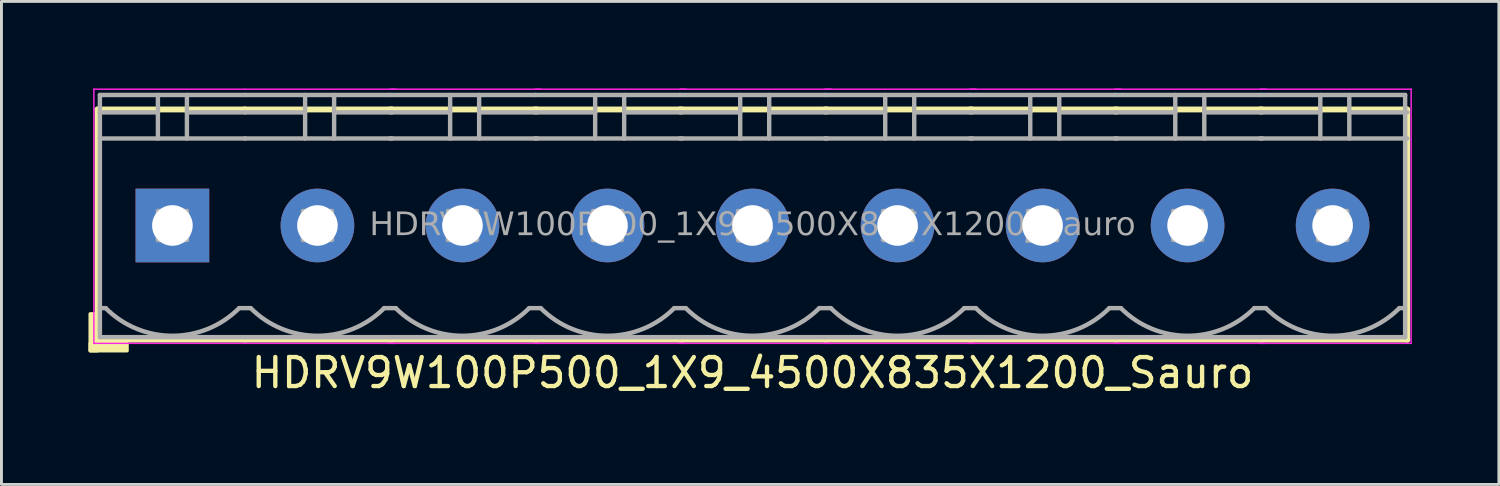
<source format=kicad_pcb>
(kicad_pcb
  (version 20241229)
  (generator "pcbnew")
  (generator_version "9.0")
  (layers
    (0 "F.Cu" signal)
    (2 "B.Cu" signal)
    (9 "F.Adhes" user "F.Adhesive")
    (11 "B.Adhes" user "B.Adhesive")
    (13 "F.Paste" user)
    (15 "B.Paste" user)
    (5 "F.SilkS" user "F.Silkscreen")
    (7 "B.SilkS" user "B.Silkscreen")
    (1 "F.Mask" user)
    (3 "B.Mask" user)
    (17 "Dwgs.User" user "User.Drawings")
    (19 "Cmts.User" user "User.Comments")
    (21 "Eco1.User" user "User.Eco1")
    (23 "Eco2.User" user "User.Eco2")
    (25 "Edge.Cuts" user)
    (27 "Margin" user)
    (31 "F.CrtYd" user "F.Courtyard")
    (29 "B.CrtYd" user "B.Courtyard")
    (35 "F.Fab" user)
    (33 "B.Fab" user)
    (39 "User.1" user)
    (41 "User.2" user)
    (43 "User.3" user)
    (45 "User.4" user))
  (footprint "HDRV9W100P500_1X9_4500X835X1200_Sauro"
    (layer "F.Cu")
    (at 22.894 4.724)
    (property "Reference" "HDRV9W100P500_1X9_4500X835X1200_Sauro" (at 0 5.08 0) (layer "F.SilkS") (effects (font (size 1 1) (thickness 0.15))))
    (attr through_hole)
    (fp_line (start -22.58 -4) (end -22.58 3.937) (stroke (width 0.203) (type solid)) (layer "F.SilkS"))
    (fp_line (start -22.58 3.937) (end -17.5 3.937) (stroke (width 0.203) (type solid)) (layer "F.SilkS"))
    (fp_line (start -17.505 -4) (end -22.58 -4) (stroke (width 0.203) (type solid)) (layer "F.SilkS"))
    (fp_line (start -17.5 3.937) (end -12.42 3.937) (stroke (width 0.203) (type solid)) (layer "F.SilkS"))
    (fp_line (start -12.5 3.937) (end -7.42 3.937) (stroke (width 0.203) (type solid)) (layer "F.SilkS"))
    (fp_line (start -12.43 -4) (end -17.505 -4) (stroke (width 0.203) (type solid)) (layer "F.SilkS"))
    (fp_line (start -7.5 3.937) (end -2.42 3.937) (stroke (width 0.203) (type solid)) (layer "F.SilkS"))
    (fp_line (start -7.43 -4) (end -12.505 -4) (stroke (width 0.203) (type solid)) (layer "F.SilkS"))
    (fp_line (start -2.5 3.937) (end 2.58 3.937) (stroke (width 0.203) (type solid)) (layer "F.SilkS"))
    (fp_line (start -2.43 -4) (end -7.505 -4) (stroke (width 0.203) (type solid)) (layer "F.SilkS"))
    (fp_line (start 2.5 3.937) (end 7.58 3.937) (stroke (width 0.203) (type solid)) (layer "F.SilkS"))
    (fp_line (start 2.57 -4) (end -2.505 -4) (stroke (width 0.203) (type solid)) (layer "F.SilkS"))
    (fp_line (start 7.5 3.937) (end 12.58 3.937) (stroke (width 0.203) (type solid)) (layer "F.SilkS"))
    (fp_line (start 7.57 -4) (end 2.495 -4) (stroke (width 0.203) (type solid)) (layer "F.SilkS"))
    (fp_line (start 12.5 3.937) (end 17.58 3.937) (stroke (width 0.203) (type solid)) (layer "F.SilkS"))
    (fp_line (start 12.57 -4) (end 7.495 -4) (stroke (width 0.203) (type solid)) (layer "F.SilkS"))
    (fp_line (start 17.5 3.937) (end 22.58 3.937) (stroke (width 0.203) (type solid)) (layer "F.SilkS"))
    (fp_line (start 17.57 -4) (end 12.495 -4) (stroke (width 0.203) (type solid)) (layer "F.SilkS"))
    (fp_line (start 22.57 -4) (end 17.495 -4) (stroke (width 0.203) (type solid)) (layer "F.SilkS"))
    (fp_line (start 22.57 -4) (end 22.57 3.937) (stroke (width 0.203) (type solid)) (layer "F.SilkS"))
    (fp_rect (start -22.58 3.048) (end -22.834 4.318) (stroke (width 0.12) (type solid)) (fill yes) (layer "F.SilkS"))
    (fp_rect (start -21.564 4.318) (end -22.834 4.064) (stroke (width 0.12) (type solid)) (fill yes) (layer "F.SilkS"))
    (fp_line (start -22.707 4.064) (end -22.707 -4.699) (stroke (width 0.05) (type solid)) (layer "F.CrtYd"))
    (fp_line (start -17.505 4.064) (end -22.707 4.064) (stroke (width 0.05) (type solid)) (layer "F.CrtYd"))
    (fp_line (start -17.5 -4.699) (end -22.707 -4.699) (stroke (width 0.05) (type solid)) (layer "F.CrtYd"))
    (fp_line (start -12.293 -4.699) (end -17.5 -4.699) (stroke (width 0.05) (type solid)) (layer "F.CrtYd"))
    (fp_line (start -12.293 4.064) (end -17.505 4.064) (stroke (width 0.05) (type solid)) (layer "F.CrtYd"))
    (fp_line (start -7.293 -4.699) (end -12.5 -4.699) (stroke (width 0.05) (type solid)) (layer "F.CrtYd"))
    (fp_line (start -7.293 4.064) (end -12.505 4.064) (stroke (width 0.05) (type solid)) (layer "F.CrtYd"))
    (fp_line (start -2.293 -4.699) (end -7.5 -4.699) (stroke (width 0.05) (type solid)) (layer "F.CrtYd"))
    (fp_line (start -2.293 4.064) (end -7.505 4.064) (stroke (width 0.05) (type solid)) (layer "F.CrtYd"))
    (fp_line (start 2.707 -4.699) (end -2.5 -4.699) (stroke (width 0.05) (type solid)) (layer "F.CrtYd"))
    (fp_line (start 2.707 4.064) (end -2.505 4.064) (stroke (width 0.05) (type solid)) (layer "F.CrtYd"))
    (fp_line (start 7.707 -4.699) (end 2.5 -4.699) (stroke (width 0.05) (type solid)) (layer "F.CrtYd"))
    (fp_line (start 7.707 4.064) (end 2.495 4.064) (stroke (width 0.05) (type solid)) (layer "F.CrtYd"))
    (fp_line (start 12.707 -4.699) (end 7.5 -4.699) (stroke (width 0.05) (type solid)) (layer "F.CrtYd"))
    (fp_line (start 12.707 4.064) (end 7.495 4.064) (stroke (width 0.05) (type solid)) (layer "F.CrtYd"))
    (fp_line (start 17.707 -4.699) (end 12.5 -4.699) (stroke (width 0.05) (type solid)) (layer "F.CrtYd"))
    (fp_line (start 17.707 4.064) (end 12.495 4.064) (stroke (width 0.05) (type solid)) (layer "F.CrtYd"))
    (fp_line (start 22.707 -4.699) (end 17.5 -4.699) (stroke (width 0.05) (type solid)) (layer "F.CrtYd"))
    (fp_line (start 22.707 -4.699) (end 22.707 4.064) (stroke (width 0.05) (type solid)) (layer "F.CrtYd"))
    (fp_line (start 22.707 4.064) (end 17.495 4.064) (stroke (width 0.05) (type solid)) (layer "F.CrtYd"))
    (fp_line (start -22.5 -4.5) (end -22.5 3.85) (stroke (width 0.152) (type solid)) (layer "F.Fab"))
    (fp_line (start -22.3 2.85) (end -22.5 2.85) (stroke (width 0.152) (type solid)) (layer "F.Fab"))
    (fp_line (start -20.5 -4.5) (end -20.5 -3) (stroke (width 0.152) (type default)) (layer "F.Fab"))
    (fp_line (start -20.5 -3.9) (end -22.5 -3.9) (stroke (width 0.152) (type solid)) (layer "F.Fab"))
    (fp_line (start -19.5 -4.5) (end -19.5 -3) (stroke (width 0.152) (type default)) (layer "F.Fab"))
    (fp_line (start -19.5 -3.9) (end -17.5 -3.9) (stroke (width 0.152) (type solid)) (layer "F.Fab"))
    (fp_line (start -17.7 2.85) (end -17.3 2.85) (stroke (width 0.152) (type solid)) (layer "F.Fab"))
    (fp_line (start -17.5 -4.5) (end -22.5 -4.5) (stroke (width 0.152) (type solid)) (layer "F.Fab"))
    (fp_line (start -17.5 -3) (end -22.5 -3) (stroke (width 0.152) (type solid)) (layer "F.Fab"))
    (fp_line (start -17.5 3.85) (end -22.5 3.85) (stroke (width 0.152) (type solid)) (layer "F.Fab"))
    (fp_line (start -17.5 3.85) (end -12.5 3.85) (stroke (width 0.152) (type solid)) (layer "F.Fab"))
    (fp_line (start -15.425 -4.5) (end -15.425 -3) (stroke (width 0.152) (type default)) (layer "F.Fab"))
    (fp_line (start -15.425 -3.9) (end -17.5 -3.9) (stroke (width 0.152) (type solid)) (layer "F.Fab"))
    (fp_line (start -14.425 -4.5) (end -14.425 -3) (stroke (width 0.152) (type default)) (layer "F.Fab"))
    (fp_line (start -14.425 -3.9) (end -12.425 -3.9) (stroke (width 0.152) (type solid)) (layer "F.Fab"))
    (fp_line (start -12.7 2.85) (end -12.3 2.85) (stroke (width 0.152) (type solid)) (layer "F.Fab"))
    (fp_line (start -12.5 -4.5) (end -17.5 -4.5) (stroke (width 0.152) (type solid)) (layer "F.Fab"))
    (fp_line (start -12.5 3.85) (end -7.5 3.85) (stroke (width 0.152) (type solid)) (layer "F.Fab"))
    (fp_line (start -12.425 -3) (end -17.5 -3) (stroke (width 0.152) (type solid)) (layer "F.Fab"))
    (fp_line (start -10.425 -4.5) (end -10.425 -3) (stroke (width 0.152) (type default)) (layer "F.Fab"))
    (fp_line (start -10.425 -3.9) (end -12.5 -3.9) (stroke (width 0.152) (type solid)) (layer "F.Fab"))
    (fp_line (start -9.425 -4.5) (end -9.425 -3) (stroke (width 0.152) (type default)) (layer "F.Fab"))
    (fp_line (start -9.425 -3.9) (end -7.425 -3.9) (stroke (width 0.152) (type solid)) (layer "F.Fab"))
    (fp_line (start -7.7 2.85) (end -7.3 2.85) (stroke (width 0.152) (type solid)) (layer "F.Fab"))
    (fp_line (start -7.5 -4.5) (end -12.5 -4.5) (stroke (width 0.152) (type solid)) (layer "F.Fab"))
    (fp_line (start -7.5 3.85) (end -2.5 3.85) (stroke (width 0.152) (type solid)) (layer "F.Fab"))
    (fp_line (start -7.425 -3) (end -12.5 -3) (stroke (width 0.152) (type solid)) (layer "F.Fab"))
    (fp_line (start -5.425 -4.5) (end -5.425 -3) (stroke (width 0.152) (type default)) (layer "F.Fab"))
    (fp_line (start -5.425 -3.9) (end -7.5 -3.9) (stroke (width 0.152) (type solid)) (layer "F.Fab"))
    (fp_line (start -4.425 -4.5) (end -4.425 -3) (stroke (width 0.152) (type default)) (layer "F.Fab"))
    (fp_line (start -4.425 -3.9) (end -2.425 -3.9) (stroke (width 0.152) (type solid)) (layer "F.Fab"))
    (fp_line (start -2.7 2.85) (end -2.3 2.85) (stroke (width 0.152) (type solid)) (layer "F.Fab"))
    (fp_line (start -2.5 -4.5) (end -7.5 -4.5) (stroke (width 0.152) (type solid)) (layer "F.Fab"))
    (fp_line (start -2.5 3.85) (end 2.5 3.85) (stroke (width 0.152) (type solid)) (layer "F.Fab"))
    (fp_line (start -2.425 -3) (end -7.5 -3) (stroke (width 0.152) (type solid)) (layer "F.Fab"))
    (fp_line (start -0.425 -4.5) (end -0.425 -3) (stroke (width 0.152) (type default)) (layer "F.Fab"))
    (fp_line (start -0.425 -3.9) (end -2.5 -3.9) (stroke (width 0.152) (type solid)) (layer "F.Fab"))
    (fp_line (start 0.575 -4.5) (end 0.575 -3) (stroke (width 0.152) (type default)) (layer "F.Fab"))
    (fp_line (start 0.575 -3.9) (end 2.575 -3.9) (stroke (width 0.152) (type solid)) (layer "F.Fab"))
    (fp_line (start 2.3 2.85) (end 2.7 2.85) (stroke (width 0.152) (type solid)) (layer "F.Fab"))
    (fp_line (start 2.5 -4.5) (end -2.5 -4.5) (stroke (width 0.152) (type solid)) (layer "F.Fab"))
    (fp_line (start 2.5 3.85) (end 7.5 3.85) (stroke (width 0.152) (type solid)) (layer "F.Fab"))
    (fp_line (start 2.575 -3) (end -2.5 -3) (stroke (width 0.152) (type solid)) (layer "F.Fab"))
    (fp_line (start 4.575 -4.5) (end 4.575 -3) (stroke (width 0.152) (type default)) (layer "F.Fab"))
    (fp_line (start 4.575 -3.9) (end 2.5 -3.9) (stroke (width 0.152) (type solid)) (layer "F.Fab"))
    (fp_line (start 5.575 -4.5) (end 5.575 -3) (stroke (width 0.152) (type default)) (layer "F.Fab"))
    (fp_line (start 5.575 -3.9) (end 7.575 -3.9) (stroke (width 0.152) (type solid)) (layer "F.Fab"))
    (fp_line (start 7.3 2.85) (end 7.7 2.85) (stroke (width 0.152) (type solid)) (layer "F.Fab"))
    (fp_line (start 7.5 -4.5) (end 2.5 -4.5) (stroke (width 0.152) (type solid)) (layer "F.Fab"))
    (fp_line (start 7.5 3.85) (end 12.5 3.85) (stroke (width 0.152) (type solid)) (layer "F.Fab"))
    (fp_line (start 7.575 -3) (end 2.5 -3) (stroke (width 0.152) (type solid)) (layer "F.Fab"))
    (fp_line (start 9.575 -4.5) (end 9.575 -3) (stroke (width 0.152) (type default)) (layer "F.Fab"))
    (fp_line (start 9.575 -3.9) (end 7.5 -3.9) (stroke (width 0.152) (type solid)) (layer "F.Fab"))
    (fp_line (start 10.575 -4.5) (end 10.575 -3) (stroke (width 0.152) (type default)) (layer "F.Fab"))
    (fp_line (start 10.575 -3.9) (end 12.575 -3.9) (stroke (width 0.152) (type solid)) (layer "F.Fab"))
    (fp_line (start 12.3 2.85) (end 12.7 2.85) (stroke (width 0.152) (type solid)) (layer "F.Fab"))
    (fp_line (start 12.5 -4.5) (end 7.5 -4.5) (stroke (width 0.152) (type solid)) (layer "F.Fab"))
    (fp_line (start 12.5 3.85) (end 17.5 3.85) (stroke (width 0.152) (type solid)) (layer "F.Fab"))
    (fp_line (start 12.575 -3) (end 7.5 -3) (stroke (width 0.152) (type solid)) (layer "F.Fab"))
    (fp_line (start 14.575 -4.5) (end 14.575 -3) (stroke (width 0.152) (type default)) (layer "F.Fab"))
    (fp_line (start 14.575 -3.9) (end 12.5 -3.9) (stroke (width 0.152) (type solid)) (layer "F.Fab"))
    (fp_line (start 15.575 -4.5) (end 15.575 -3) (stroke (width 0.152) (type default)) (layer "F.Fab"))
    (fp_line (start 15.575 -3.9) (end 17.575 -3.9) (stroke (width 0.152) (type solid)) (layer "F.Fab"))
    (fp_line (start 17.3 2.85) (end 17.7 2.85) (stroke (width 0.152) (type solid)) (layer "F.Fab"))
    (fp_line (start 17.5 -4.5) (end 12.5 -4.5) (stroke (width 0.152) (type solid)) (layer "F.Fab"))
    (fp_line (start 17.5 3.85) (end 22.5 3.85) (stroke (width 0.152) (type solid)) (layer "F.Fab"))
    (fp_line (start 17.575 -3) (end 12.5 -3) (stroke (width 0.152) (type solid)) (layer "F.Fab"))
    (fp_line (start 19.575 -4.5) (end 19.575 -3) (stroke (width 0.152) (type default)) (layer "F.Fab"))
    (fp_line (start 19.575 -3.9) (end 17.5 -3.9) (stroke (width 0.152) (type solid)) (layer "F.Fab"))
    (fp_line (start 20.575 -4.5) (end 20.575 -3) (stroke (width 0.152) (type default)) (layer "F.Fab"))
    (fp_line (start 20.575 -3.9) (end 22.575 -3.9) (stroke (width 0.152) (type solid)) (layer "F.Fab"))
    (fp_line (start 22.5 -4.5) (end 17.5 -4.5) (stroke (width 0.152) (type solid)) (layer "F.Fab"))
    (fp_line (start 22.5 -4.5) (end 22.5 3.85) (stroke (width 0.152) (type solid)) (layer "F.Fab"))
    (fp_line (start 22.5 2.85) (end 22.3 2.85) (stroke (width 0.152) (type solid)) (layer "F.Fab"))
    (fp_line (start 22.575 -3) (end 17.5 -3) (stroke (width 0.152) (type solid)) (layer "F.Fab"))
    (fp_rect (start -20.5 -0.5) (end -19.5 0.5) (stroke (width 0.152) (type solid)) (fill no) (layer "F.Fab"))
    (fp_rect (start -15.5 -0.5) (end -14.5 0.5) (stroke (width 0.152) (type solid)) (fill no) (layer "F.Fab"))
    (fp_rect (start -10.5 -0.5) (end -9.5 0.5) (stroke (width 0.152) (type solid)) (fill no) (layer "F.Fab"))
    (fp_rect (start -5.5 -0.5) (end -4.5 0.5) (stroke (width 0.152) (type solid)) (fill no) (layer "F.Fab"))
    (fp_rect (start -0.5 -0.5) (end 0.5 0.5) (stroke (width 0.152) (type solid)) (fill no) (layer "F.Fab"))
    (fp_rect (start 4.5 -0.5) (end 5.5 0.5) (stroke (width 0.152) (type solid)) (fill no) (layer "F.Fab"))
    (fp_rect (start 9.5 -0.5) (end 10.5 0.5) (stroke (width 0.152) (type solid)) (fill no) (layer "F.Fab"))
    (fp_rect (start 14.5 -0.5) (end 15.5 0.5) (stroke (width 0.152) (type solid)) (fill no) (layer "F.Fab"))
    (fp_rect (start 19.5 -0.5) (end 20.5 0.5) (stroke (width 0.152) (type solid)) (fill no) (layer "F.Fab"))
    (fp_arc (start -17.7 2.85) (mid -20 3.802691) (end -22.3 2.85) (stroke (width 0.1524) (type default)) (layer "F.Fab"))
    (fp_arc (start -12.7 2.85) (mid -15 3.802691) (end -17.3 2.85) (stroke (width 0.1524) (type default)) (layer "F.Fab"))
    (fp_arc (start -7.7 2.85) (mid -10 3.802691) (end -12.3 2.85) (stroke (width 0.1524) (type default)) (layer "F.Fab"))
    (fp_arc (start -2.7 2.85) (mid -5 3.802691) (end -7.3 2.85) (stroke (width 0.1524) (type default)) (layer "F.Fab"))
    (fp_arc (start 2.3 2.85) (mid 0 3.802691) (end -2.3 2.85) (stroke (width 0.1524) (type default)) (layer "F.Fab"))
    (fp_arc (start 7.3 2.85) (mid 5 3.802691) (end 2.7 2.85) (stroke (width 0.1524) (type default)) (layer "F.Fab"))
    (fp_arc (start 12.3 2.85) (mid 10 3.802691) (end 7.7 2.85) (stroke (width 0.1524) (type default)) (layer "F.Fab"))
    (fp_arc (start 17.3 2.85) (mid 15 3.802691) (end 12.7 2.85) (stroke (width 0.1524) (type default)) (layer "F.Fab"))
    (fp_arc (start 22.3 2.85) (mid 20 3.802691) (end 17.7 2.85) (stroke (width 0.1524) (type default)) (layer "F.Fab"))
    (fp_text user "${REFERENCE}" (at 0 0 0) (layer "F.Fab") (effects (font (face "Tahoma") (size 0.8 0.8) (thickness 0.15))))
    (pad "1" thru_hole rect (at -20 0) (size 2.54 2.54) (drill 1.4) (layers "*.Cu" "*.Mask"))
    (pad "2" thru_hole circle (at -15 0) (size 2.54 2.54) (drill 1.4) (layers "*.Cu" "*.Mask"))
    (pad "3" thru_hole circle (at -10 0) (size 2.54 2.54) (drill 1.4) (layers "*.Cu" "*.Mask"))
    (pad "4" thru_hole circle (at -5 0) (size 2.54 2.54) (drill 1.4) (layers "*.Cu" "*.Mask"))
    (pad "5" thru_hole circle (at 0 0) (size 2.54 2.54) (drill 1.4) (layers "*.Cu" "*.Mask"))
    (pad "6" thru_hole circle (at 5 0) (size 2.54 2.54) (drill 1.4) (layers "*.Cu" "*.Mask"))
    (pad "7" thru_hole circle (at 10 0) (size 2.54 2.54) (drill 1.4) (layers "*.Cu" "*.Mask"))
    (pad "8" thru_hole circle (at 15 0) (size 2.54 2.54) (drill 1.4) (layers "*.Cu" "*.Mask"))
    (pad "9" thru_hole circle (at 20 0) (size 2.54 2.54) (drill 1.4) (layers "*.Cu" "*.Mask")))
  (gr_rect
    (start -3 -3)
    (end 48.626 13.652)
    (stroke (width 0.1) (type default))
    (fill no)
    (layer "Edge.Cuts")))
</source>
